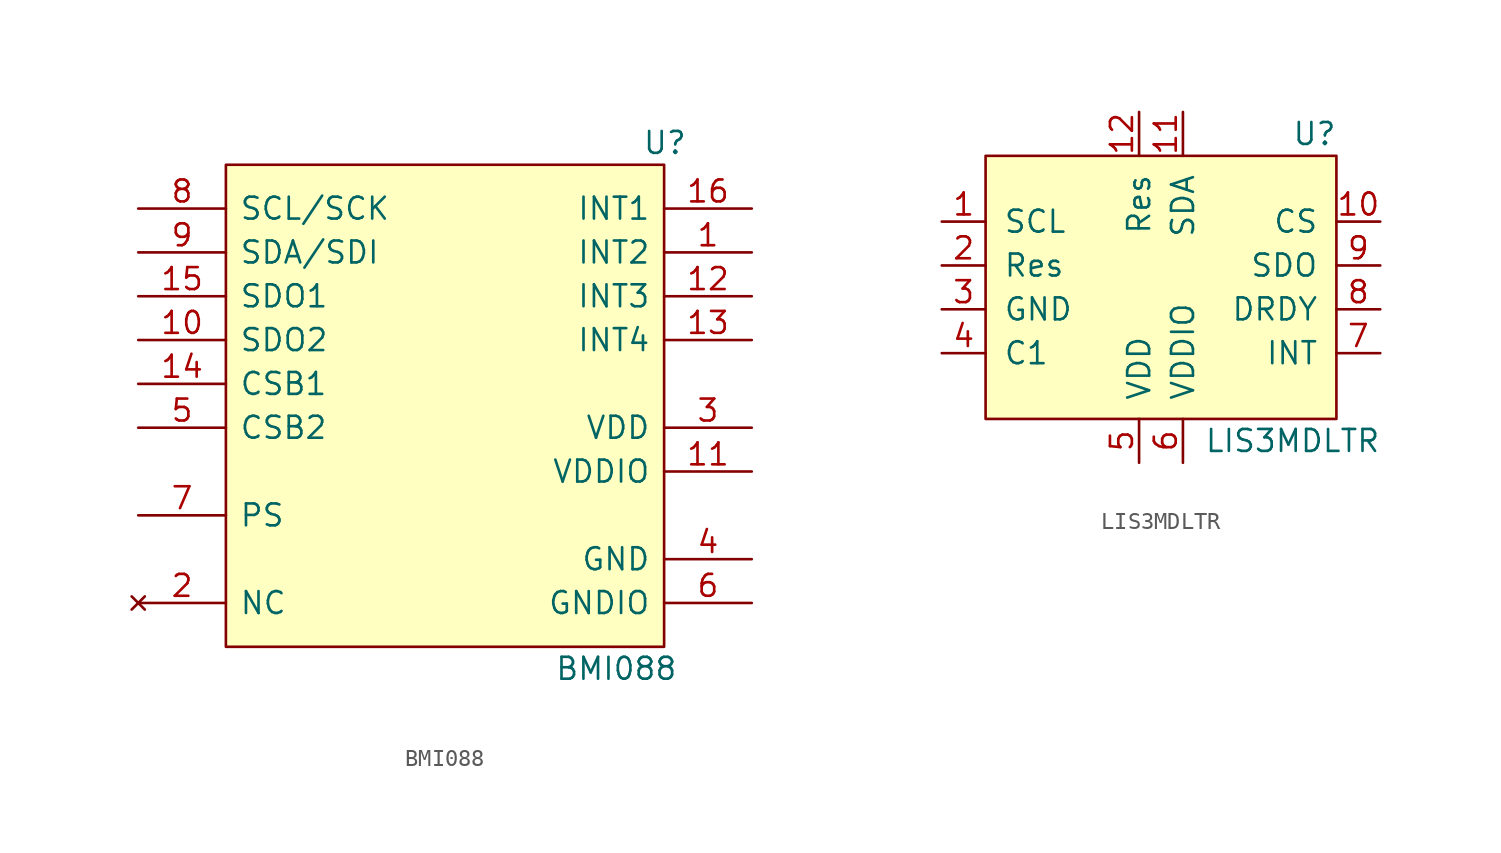
<source format=kicad_sym>
(kicad_symbol_lib
  (version 20220914)
  (generator kicad_symbol_editor)
  (symbol "BMI088"
    (pin_names
      (offset 0.762))
    (property "Reference" "U"
      (at 11.43 15.24 0)
      (effects (font (size 1.27 1.27)) (justify left)))
    (property "Value" "BMI088"
      (at 6.35 -15.24 0)
      (effects (font (size 1.27 1.27)) (justify left)))
    (symbol "BMI088_0_0"
      (pin bidirectional line (at 17.78 8.89 180) (length 5.08) (name "INT2" (effects (font (size 1.27 1.27)))) (number "1" (effects (font (size 1.27 1.27)))))
      (pin output line (at -17.78 3.81 0) (length 5.08) (name "SDO2" (effects (font (size 1.27 1.27)))) (number "10" (effects (font (size 1.27 1.27)))))
      (pin power_in line (at 17.78 -3.81 180) (length 5.08) (name "VDDIO" (effects (font (size 1.27 1.27)))) (number "11" (effects (font (size 1.27 1.27)))))
      (pin output line (at 17.78 6.35 180) (length 5.08) (name "INT3" (effects (font (size 1.27 1.27)))) (number "12" (effects (font (size 1.27 1.27)))))
      (pin output line (at 17.78 3.81 180) (length 5.08) (name "INT4" (effects (font (size 1.27 1.27)))) (number "13" (effects (font (size 1.27 1.27)))))
      (pin input line (at -17.78 1.27 0) (length 5.08) (name "CSB1" (effects (font (size 1.27 1.27)))) (number "14" (effects (font (size 1.27 1.27)))))
      (pin output line (at -17.78 6.35 0) (length 5.08) (name "SDO1" (effects (font (size 1.27 1.27)))) (number "15" (effects (font (size 1.27 1.27)))))
      (pin bidirectional line (at 17.78 11.43 180) (length 5.08) (name "INT1" (effects (font (size 1.27 1.27)))) (number "16" (effects (font (size 1.27 1.27)))))
      (pin no_connect line (at -17.78 -11.43 0) (length 5.08) (name "NC" (effects (font (size 1.27 1.27)))) (number "2" (effects (font (size 1.27 1.27)))))
      (pin power_in line (at 17.78 -1.27 180) (length 5.08) (name "VDD" (effects (font (size 1.27 1.27)))) (number "3" (effects (font (size 1.27 1.27)))))
      (pin power_in line (at 17.78 -8.89 180) (length 5.08) (name "GND" (effects (font (size 1.27 1.27)))) (number "4" (effects (font (size 1.27 1.27)))))
      (pin input line (at -17.78 -1.27 0) (length 5.08) (name "CSB2" (effects (font (size 1.27 1.27)))) (number "5" (effects (font (size 1.27 1.27)))))
      (pin power_in line (at 17.78 -11.43 180) (length 5.08) (name "GNDIO" (effects (font (size 1.27 1.27)))) (number "6" (effects (font (size 1.27 1.27)))))
      (pin input line (at -17.78 -6.35 0) (length 5.08) (name "PS" (effects (font (size 1.27 1.27)))) (number "7" (effects (font (size 1.27 1.27)))))
      (pin input line (at -17.78 11.43 0) (length 5.08) (name "SCL/SCK" (effects (font (size 1.27 1.27)))) (number "8" (effects (font (size 1.27 1.27)))))
      (pin input line (at -17.78 8.89 0) (length 5.08) (name "SDA/SDI" (effects (font (size 1.27 1.27)))) (number "9" (effects (font (size 1.27 1.27))))))
    (symbol "BMI088_0_1"
      (polyline (pts (xy -12.7 13.97) (xy 12.7 13.97) (xy 12.7 -13.97) (xy -12.7 -13.97) (xy -12.7 13.97)) (stroke (width 0.152) (type solid)) (fill (type background)))))
  (symbol "LIS3MDLTR"
    (pin_names
      (offset 1.016))
    (property "Reference" "U"
      (at 8.89 10.16 0)
      (effects (font (size 1.27 1.27))))
    (property "Value" "LIS3MDLTR"
      (at 7.62 -7.62 0)
      (effects (font (size 1.27 1.27))))
    (symbol "LIS3MDLTR_0_1"
      (rectangle (start -10.16 8.89) (end 10.16 -6.35) (stroke (width 0) (type solid)) (fill (type background))))
    (symbol "LIS3MDLTR_1_1"
      (pin input line (at -12.7 5.08 0) (length 2.54) (name "SCL" (effects (font (size 1.27 1.27)))) (number "1" (effects (font (size 1.27 1.27)))))
      (pin input line (at 12.7 5.08 180) (length 2.54) (name "CS" (effects (font (size 1.27 1.27)))) (number "10" (effects (font (size 1.27 1.27)))))
      (pin bidirectional line (at 1.27 11.43 270) (length 2.54) (name "SDA" (effects (font (size 1.27 1.27)))) (number "11" (effects (font (size 1.27 1.27)))))
      (pin passive line (at -1.27 11.43 270) (length 2.54) (name "Res" (effects (font (size 1.27 1.27)))) (number "12" (effects (font (size 1.27 1.27)))))
      (pin passive line (at -12.7 2.54 0) (length 2.54) (name "Res" (effects (font (size 1.27 1.27)))) (number "2" (effects (font (size 1.27 1.27)))))
      (pin power_in line (at -12.7 0 0) (length 2.54) (name "GND" (effects (font (size 1.27 1.27)))) (number "3" (effects (font (size 1.27 1.27)))))
      (pin passive line (at -12.7 -2.54 0) (length 2.54) (name "C1" (effects (font (size 1.27 1.27)))) (number "4" (effects (font (size 1.27 1.27)))))
      (pin power_in line (at -1.27 -8.89 90) (length 2.54) (name "VDD" (effects (font (size 1.27 1.27)))) (number "5" (effects (font (size 1.27 1.27)))))
      (pin power_in line (at 1.27 -8.89 90) (length 2.54) (name "VDDIO" (effects (font (size 1.27 1.27)))) (number "6" (effects (font (size 1.27 1.27)))))
      (pin output line (at 12.7 -2.54 180) (length 2.54) (name "INT" (effects (font (size 1.27 1.27)))) (number "7" (effects (font (size 1.27 1.27)))))
      (pin output line (at 12.7 0 180) (length 2.54) (name "DRDY" (effects (font (size 1.27 1.27)))) (number "8" (effects (font (size 1.27 1.27)))))
      (pin output line (at 12.7 2.54 180) (length 2.54) (name "SDO" (effects (font (size 1.27 1.27)))) (number "9" (effects (font (size 1.27 1.27))))))))
</source>
